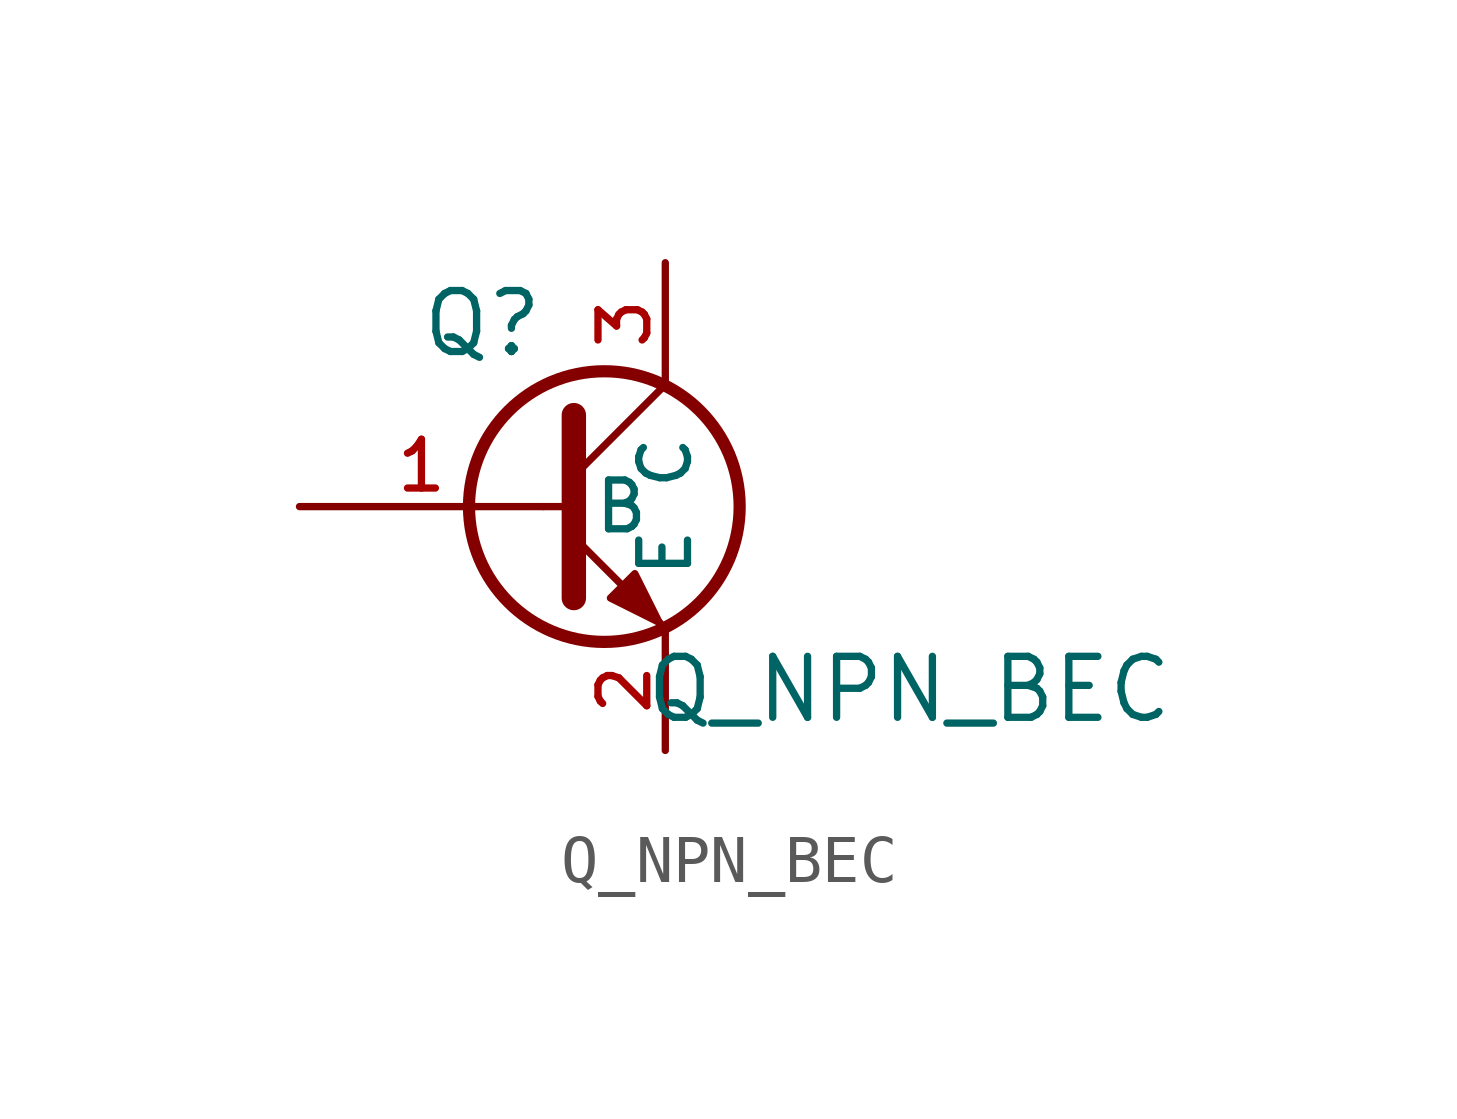
<source format=kicad_sym>
(kicad_symbol_lib
  (version 20220914)
  (generator kicad_symbol_editor)
  (symbol "Q_NPN_BEC"
    (pin_names
      (offset 1.016))
    (property "Reference" "Q"
      (at -2.54 3.81 0)
      (effects (font (size 1.27 1.27))))
    (property "Value" "Q_NPN_BEC"
      (at 6.35 -3.81 0)
      (effects (font (size 1.27 1.27))))
    (symbol "Q_NPN_BEC_1_1"
      (polyline (pts (xy -1.27 0) (xy -0.635 0)) (stroke (width 0) (type default)) (fill (type none)))
      (polyline (pts (xy 1.27 -2.54) (xy -0.635 -0.635)) (stroke (width 0) (type default)) (fill (type none)))
      (polyline (pts (xy 1.27 2.54) (xy -0.635 0.635)) (stroke (width 0) (type default)) (fill (type none)))
      (polyline (pts (xy -0.635 1.905) (xy -0.635 -1.905) (xy -0.635 -1.905)) (stroke (width 0.508) (type default)) (fill (type none)))
      (polyline (pts (xy 1.143 -2.413) (xy 0.635 -1.905) (xy 0.635 -1.905)) (stroke (width 0) (type default)) (fill (type none)))
      (polyline (pts (xy 0.127 -1.905) (xy 0.635 -1.397) (xy 1.143 -2.413) (xy 0.127 -1.905) (xy 0.127 -1.905)) (stroke (width 0) (type default)) (fill (type outline)))
      (circle (center 0 0) (radius 2.819) (stroke (width 0.254) (type default)) (fill (type none)))
      (pin input line (at -6.35 0 0) (length 5.08) (name "B" (effects (font (size 1.016 1.016)))) (number "1" (effects (font (size 1.016 1.016)))))
      (pin passive line (at 1.27 -5.08 90) (length 2.54) (name "E" (effects (font (size 1.016 1.016)))) (number "2" (effects (font (size 1.016 1.016)))))
      (pin passive line (at 1.27 5.08 270) (length 2.54) (name "C" (effects (font (size 1.016 1.016)))) (number "3" (effects (font (size 1.016 1.016))))))))
</source>
